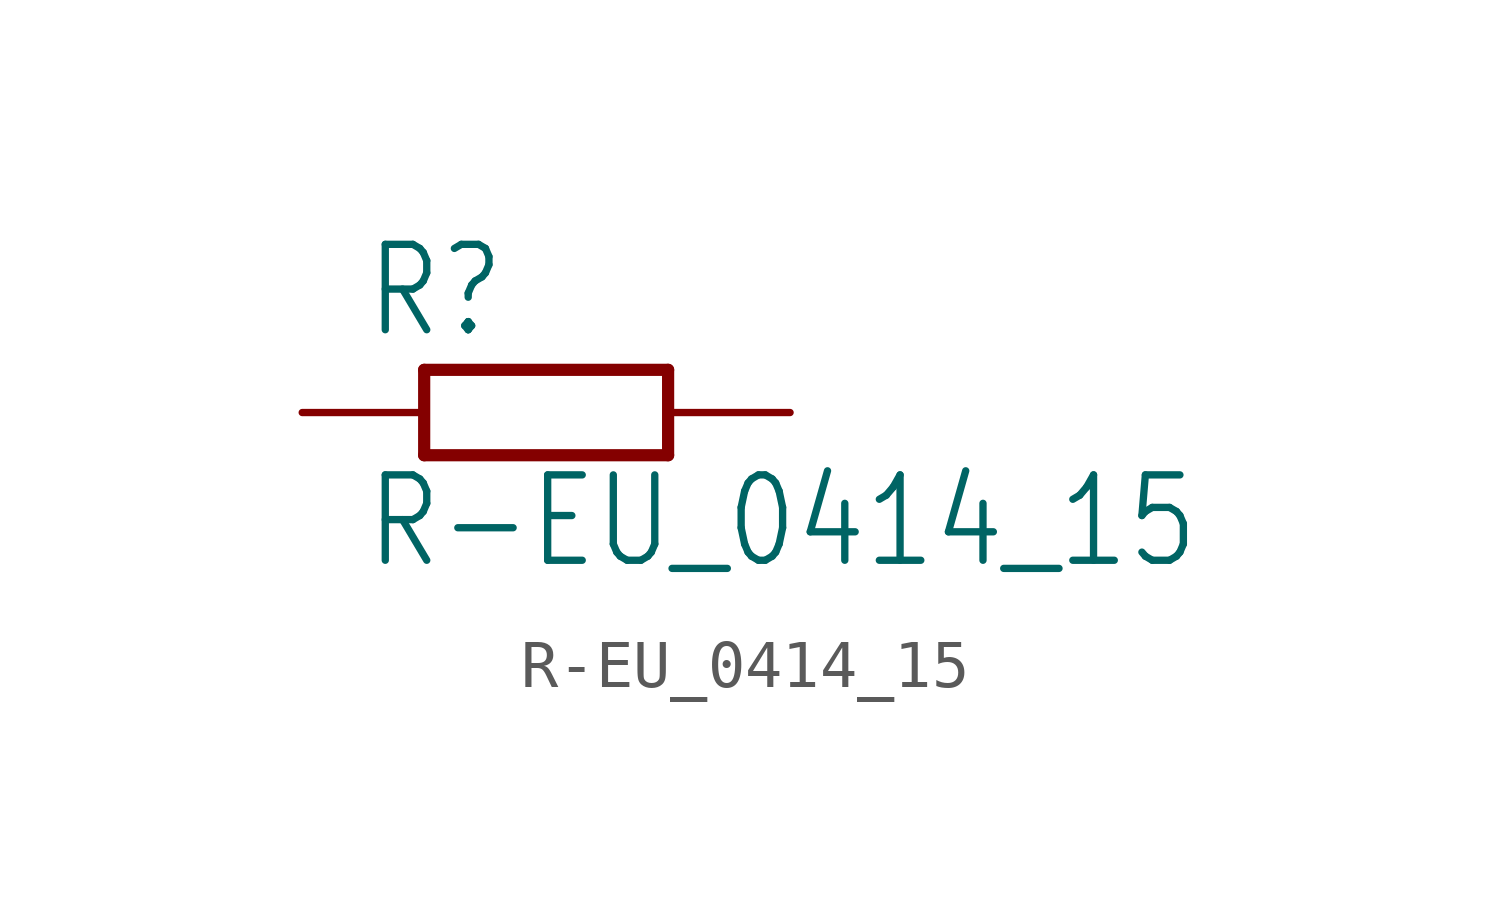
<source format=kicad_sym>
(kicad_symbol_lib
  (version 20201005)
  (generator kicad_symbol_editor)
  (symbol "R-EU_0414_15"
    (property "Reference" "R"
      (at -3.81 1.499 0)
      (effects (font (size 1.778 1.511)) (justify left bottom)))
    (property "Value" "R-EU_0414_15"
      (at -3.81 -3.302 0)
      (effects (font (size 1.778 1.511)) (justify left bottom)))
    (property "ki_locked" ""
      (at 0 0 0)
      (effects (font (size 1.27 1.27))))
    (symbol "R-EU_0414_15_1_0"
      (polyline (pts (xy -2.54 -0.889) (xy 2.54 -0.889)) (stroke (width 0.254)) (fill (type none)))
      (polyline (pts (xy 2.54 0.889) (xy -2.54 0.889)) (stroke (width 0.254)) (fill (type none)))
      (polyline (pts (xy 2.54 -0.889) (xy 2.54 0.889)) (stroke (width 0.254)) (fill (type none)))
      (polyline (pts (xy -2.54 -0.889) (xy -2.54 0.889)) (stroke (width 0.254)) (fill (type none)))
      (pin passive line (at 5.08 0 180) (length 2.54) (name "2" (effects (font (size 0 0)))) (number "2" (effects (font (size 0 0)))))
      (pin passive line (at -5.08 0 0) (length 2.54) (name "1" (effects (font (size 0 0)))) (number "1" (effects (font (size 0 0))))))))
</source>
